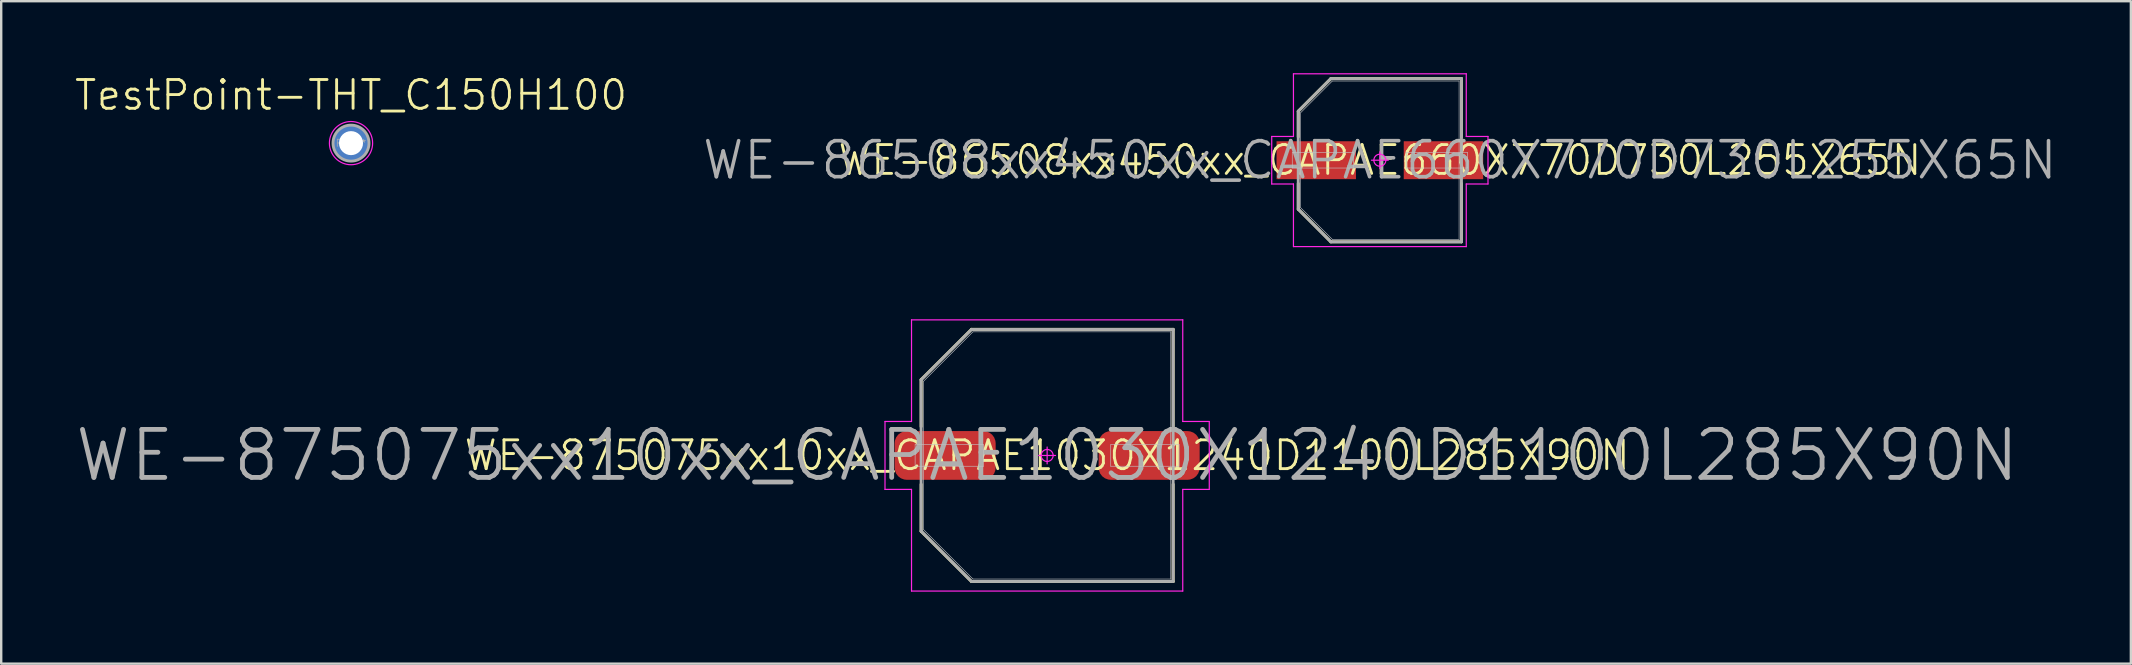
<source format=kicad_pcb>
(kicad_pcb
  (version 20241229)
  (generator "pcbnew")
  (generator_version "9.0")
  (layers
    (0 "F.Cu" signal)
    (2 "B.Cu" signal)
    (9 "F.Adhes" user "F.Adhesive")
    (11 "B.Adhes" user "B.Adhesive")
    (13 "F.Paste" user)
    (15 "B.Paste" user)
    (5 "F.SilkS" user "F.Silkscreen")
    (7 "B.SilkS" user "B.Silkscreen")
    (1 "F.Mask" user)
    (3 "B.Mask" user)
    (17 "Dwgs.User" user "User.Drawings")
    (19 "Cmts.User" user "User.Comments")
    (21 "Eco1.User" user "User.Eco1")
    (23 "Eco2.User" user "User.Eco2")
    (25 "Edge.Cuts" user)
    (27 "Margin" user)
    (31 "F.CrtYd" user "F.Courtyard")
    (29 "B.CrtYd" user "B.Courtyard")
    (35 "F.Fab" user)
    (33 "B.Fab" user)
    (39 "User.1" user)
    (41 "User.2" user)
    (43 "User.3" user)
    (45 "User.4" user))
  (footprint "WE-875075xx10xx_CAPAE1030X1240D1100L285X90N"
    (layer "F.Cu")
    (at 40.576 15.925)
    (property "Reference" "WE-875075xx10xx_CAPAE1030X1240D1100L285X90N" (at 0 0 0) (layer "F.SilkS") (effects (font (size 1.2 1.2) (thickness 0.12))))
    (attr smd)
    (fp_line (start -5.25 -3.16) (end -5.25 -1.2) (stroke (width 0.12) (type solid)) (layer "F.SilkS"))
    (fp_line (start -5.25 3.16) (end -5.25 1.2) (stroke (width 0.12) (type solid)) (layer "F.SilkS"))
    (fp_line (start -3.15 -5.255) (end -5.25 -3.16) (stroke (width 0.12) (type solid)) (layer "F.SilkS"))
    (fp_line (start -3.15 5.255) (end -5.25 3.16) (stroke (width 0.12) (type solid)) (layer "F.SilkS"))
    (fp_line (start 5.25 -5.255) (end -3.15 -5.255) (stroke (width 0.12) (type solid)) (layer "F.SilkS"))
    (fp_line (start 5.25 -1.2) (end 5.25 -5.255) (stroke (width 0.12) (type solid)) (layer "F.SilkS"))
    (fp_line (start 5.25 1.2) (end 5.25 5.255) (stroke (width 0.12) (type solid)) (layer "F.SilkS"))
    (fp_line (start 5.25 5.255) (end -3.15 5.255) (stroke (width 0.12) (type solid)) (layer "F.SilkS"))
    (fp_line (start -5.5 -0.45) (end -2.65 -0.45) (stroke (width 0.025) (type solid)) (layer "Dwgs.User"))
    (fp_line (start -5.5 0.45) (end -5.5 -0.45) (stroke (width 0.025) (type solid)) (layer "Dwgs.User"))
    (fp_line (start -5.15 -3.09) (end -3.09 -5.15) (stroke (width 0.025) (type solid)) (layer "Dwgs.User"))
    (fp_line (start -5.15 3.09) (end -5.15 -3.09) (stroke (width 0.025) (type solid)) (layer "Dwgs.User"))
    (fp_line (start -3.09 -5.15) (end 5.15 -5.15) (stroke (width 0.025) (type solid)) (layer "Dwgs.User"))
    (fp_line (start -3.09 5.15) (end -5.15 3.09) (stroke (width 0.025) (type solid)) (layer "Dwgs.User"))
    (fp_line (start -2.65 -0.45) (end -2.65 0.45) (stroke (width 0.025) (type solid)) (layer "Dwgs.User"))
    (fp_line (start -2.65 0.45) (end -5.5 0.45) (stroke (width 0.025) (type solid)) (layer "Dwgs.User"))
    (fp_line (start 2.65 -0.45) (end 5.5 -0.45) (stroke (width 0.025) (type solid)) (layer "Dwgs.User"))
    (fp_line (start 2.65 0.45) (end 2.65 -0.45) (stroke (width 0.025) (type solid)) (layer "Dwgs.User"))
    (fp_line (start 5.15 -5.15) (end 5.15 5.15) (stroke (width 0.025) (type solid)) (layer "Dwgs.User"))
    (fp_line (start 5.15 5.15) (end -3.09 5.15) (stroke (width 0.025) (type solid)) (layer "Dwgs.User"))
    (fp_line (start 5.5 -0.45) (end 5.5 0.45) (stroke (width 0.025) (type solid)) (layer "Dwgs.User"))
    (fp_line (start 5.5 0.45) (end 2.65 0.45) (stroke (width 0.025) (type solid)) (layer "Dwgs.User"))
    (fp_line (start -6.755 -1.415) (end -6.755 1.415) (stroke (width 0.05) (type solid)) (layer "F.CrtYd"))
    (fp_line (start -6.755 1.415) (end -5.65 1.415) (stroke (width 0.05) (type solid)) (layer "F.CrtYd"))
    (fp_line (start -5.65 -5.65) (end -5.65 -1.415) (stroke (width 0.05) (type solid)) (layer "F.CrtYd"))
    (fp_line (start -5.65 -1.415) (end -6.755 -1.415) (stroke (width 0.05) (type solid)) (layer "F.CrtYd"))
    (fp_line (start -5.65 1.415) (end -5.65 5.65) (stroke (width 0.05) (type solid)) (layer "F.CrtYd"))
    (fp_line (start -5.65 5.65) (end 5.65 5.65) (stroke (width 0.05) (type solid)) (layer "F.CrtYd"))
    (fp_line (start 0 -0.35) (end 0 0.35) (stroke (width 0.05) (type solid)) (layer "F.CrtYd"))
    (fp_line (start 0.35 0) (end -0.35 0) (stroke (width 0.05) (type solid)) (layer "F.CrtYd"))
    (fp_line (start 5.65 -5.65) (end -5.65 -5.65) (stroke (width 0.05) (type solid)) (layer "F.CrtYd"))
    (fp_line (start 5.65 -1.415) (end 5.65 -5.65) (stroke (width 0.05) (type solid)) (layer "F.CrtYd"))
    (fp_line (start 5.65 1.415) (end 6.755 1.415) (stroke (width 0.05) (type solid)) (layer "F.CrtYd"))
    (fp_line (start 5.65 5.65) (end 5.65 1.415) (stroke (width 0.05) (type solid)) (layer "F.CrtYd"))
    (fp_line (start 6.755 -1.415) (end 5.65 -1.415) (stroke (width 0.05) (type solid)) (layer "F.CrtYd"))
    (fp_line (start 6.755 1.415) (end 6.755 -1.415) (stroke (width 0.05) (type solid)) (layer "F.CrtYd"))
    (fp_circle (center 0 0) (end 0 0.25) (stroke (width 0.05) (type solid)) (fill no) (layer "F.CrtYd"))
    (fp_line (start -5.25 -3.15) (end -3.15 -5.25) (stroke (width 0.12) (type solid)) (layer "F.Fab"))
    (fp_line (start -5.25 3.15) (end -5.25 -3.15) (stroke (width 0.12) (type solid)) (layer "F.Fab"))
    (fp_line (start -3.15 -5.25) (end 5.25 -5.25) (stroke (width 0.12) (type solid)) (layer "F.Fab"))
    (fp_line (start -3.15 5.25) (end -5.25 3.15) (stroke (width 0.12) (type solid)) (layer "F.Fab"))
    (fp_line (start 5.25 -5.25) (end 5.25 5.25) (stroke (width 0.12) (type solid)) (layer "F.Fab"))
    (fp_line (start 5.25 5.25) (end -3.15 5.25) (stroke (width 0.12) (type solid)) (layer "F.Fab"))
    (fp_text user "${REFERENCE}" (at 0 0 0) (layer "F.Fab") (effects (font (size 2 2) (thickness 0.2))))
    (pad "1" smd roundrect (at -4.25 0) (size 4.21 2.03) (layers "F.Cu" "F.Mask" "F.Paste") (roundrect_rratio 0.25))
    (pad "2" smd roundrect (at 4.25 0) (size 4.21 2.03) (layers "F.Cu" "F.Mask" "F.Paste") (roundrect_rratio 0.25)))
  (footprint "WE-86508xx450xx_CAPAE660X770D730L255X65N"
    (layer "F.Cu")
    (at 54.438 3.625)
    (property "Reference" "WE-86508xx450xx_CAPAE660X770D730L255X65N" (at 0 0 0) (layer "F.SilkS") (effects (font (size 1.2 1.2) (thickness 0.12))))
    (attr smd)
    (fp_line (start -3.4 -2.04) (end -3.4 -0.97) (stroke (width 0.12) (type solid)) (layer "F.SilkS"))
    (fp_line (start -3.4 2.04) (end -3.4 0.97) (stroke (width 0.12) (type solid)) (layer "F.SilkS"))
    (fp_line (start -2.04 -3.4) (end -3.4 -2.04) (stroke (width 0.12) (type solid)) (layer "F.SilkS"))
    (fp_line (start -2.04 3.4) (end -3.4 2.04) (stroke (width 0.12) (type solid)) (layer "F.SilkS"))
    (fp_line (start 3.4 -3.4) (end -2.04 -3.4) (stroke (width 0.12) (type solid)) (layer "F.SilkS"))
    (fp_line (start 3.4 -0.97) (end 3.4 -3.4) (stroke (width 0.12) (type solid)) (layer "F.SilkS"))
    (fp_line (start 3.4 0.97) (end 3.4 3.4) (stroke (width 0.12) (type solid)) (layer "F.SilkS"))
    (fp_line (start 3.4 3.4) (end -2.04 3.4) (stroke (width 0.12) (type solid)) (layer "F.SilkS"))
    (fp_line (start -3.65 -0.325) (end -1.1 -0.325) (stroke (width 0.025) (type solid)) (layer "Dwgs.User"))
    (fp_line (start -3.65 0.325) (end -3.65 -0.325) (stroke (width 0.025) (type solid)) (layer "Dwgs.User"))
    (fp_line (start -3.3 -1.98) (end -1.98 -3.3) (stroke (width 0.025) (type solid)) (layer "Dwgs.User"))
    (fp_line (start -3.3 1.98) (end -3.3 -1.98) (stroke (width 0.025) (type solid)) (layer "Dwgs.User"))
    (fp_line (start -1.98 -3.3) (end 3.3 -3.3) (stroke (width 0.025) (type solid)) (layer "Dwgs.User"))
    (fp_line (start -1.98 3.3) (end -3.3 1.98) (stroke (width 0.025) (type solid)) (layer "Dwgs.User"))
    (fp_line (start -1.1 -0.325) (end -1.1 0.325) (stroke (width 0.025) (type solid)) (layer "Dwgs.User"))
    (fp_line (start -1.1 0.325) (end -3.65 0.325) (stroke (width 0.025) (type solid)) (layer "Dwgs.User"))
    (fp_line (start 1.1 -0.325) (end 3.65 -0.325) (stroke (width 0.025) (type solid)) (layer "Dwgs.User"))
    (fp_line (start 1.1 0.325) (end 1.1 -0.325) (stroke (width 0.025) (type solid)) (layer "Dwgs.User"))
    (fp_line (start 3.3 -3.3) (end 3.3 3.3) (stroke (width 0.025) (type solid)) (layer "Dwgs.User"))
    (fp_line (start 3.3 3.3) (end -1.98 3.3) (stroke (width 0.025) (type solid)) (layer "Dwgs.User"))
    (fp_line (start 3.65 -0.325) (end 3.65 0.325) (stroke (width 0.025) (type solid)) (layer "Dwgs.User"))
    (fp_line (start 3.65 0.325) (end 1.1 0.325) (stroke (width 0.025) (type solid)) (layer "Dwgs.User"))
    (fp_line (start -4.505 -0.99) (end -4.505 0.99) (stroke (width 0.05) (type solid)) (layer "F.CrtYd"))
    (fp_line (start -4.505 0.99) (end -3.6 0.99) (stroke (width 0.05) (type solid)) (layer "F.CrtYd"))
    (fp_line (start -3.6 -3.6) (end -3.6 -0.99) (stroke (width 0.05) (type solid)) (layer "F.CrtYd"))
    (fp_line (start -3.6 -0.99) (end -4.505 -0.99) (stroke (width 0.05) (type solid)) (layer "F.CrtYd"))
    (fp_line (start -3.6 0.99) (end -3.6 3.6) (stroke (width 0.05) (type solid)) (layer "F.CrtYd"))
    (fp_line (start -3.6 3.6) (end 3.6 3.6) (stroke (width 0.05) (type solid)) (layer "F.CrtYd"))
    (fp_line (start 0 -0.35) (end 0 0.35) (stroke (width 0.05) (type solid)) (layer "F.CrtYd"))
    (fp_line (start 0.35 0) (end -0.35 0) (stroke (width 0.05) (type solid)) (layer "F.CrtYd"))
    (fp_line (start 3.6 -3.6) (end -3.6 -3.6) (stroke (width 0.05) (type solid)) (layer "F.CrtYd"))
    (fp_line (start 3.6 -0.99) (end 3.6 -3.6) (stroke (width 0.05) (type solid)) (layer "F.CrtYd"))
    (fp_line (start 3.6 0.99) (end 4.505 0.99) (stroke (width 0.05) (type solid)) (layer "F.CrtYd"))
    (fp_line (start 3.6 3.6) (end 3.6 0.99) (stroke (width 0.05) (type solid)) (layer "F.CrtYd"))
    (fp_line (start 4.505 -0.99) (end 3.6 -0.99) (stroke (width 0.05) (type solid)) (layer "F.CrtYd"))
    (fp_line (start 4.505 0.99) (end 4.505 -0.99) (stroke (width 0.05) (type solid)) (layer "F.CrtYd"))
    (fp_circle (center 0 0) (end 0 0.25) (stroke (width 0.05) (type solid)) (fill no) (layer "F.CrtYd"))
    (fp_line (start -3.4 -2.04) (end -2.04 -3.4) (stroke (width 0.12) (type solid)) (layer "F.Fab"))
    (fp_line (start -3.4 2.04) (end -3.4 -2.04) (stroke (width 0.12) (type solid)) (layer "F.Fab"))
    (fp_line (start -2.04 -3.4) (end 3.4 -3.4) (stroke (width 0.12) (type solid)) (layer "F.Fab"))
    (fp_line (start -2.04 3.4) (end -3.4 2.04) (stroke (width 0.12) (type solid)) (layer "F.Fab"))
    (fp_line (start 3.4 -3.4) (end 3.4 3.4) (stroke (width 0.12) (type solid)) (layer "F.Fab"))
    (fp_line (start 3.4 3.4) (end -2.04 3.4) (stroke (width 0.12) (type solid)) (layer "F.Fab"))
    (fp_text user "${REFERENCE}" (at 0 0 0) (layer "F.Fab") (effects (font (size 1.5 1.5) (thickness 0.15))))
    (pad "1" smd rect (at -2.65 0) (size 3.31 1.58) (layers "F.Cu" "F.Mask" "F.Paste"))
    (pad "2" smd rect (at 2.65 0) (size 3.31 1.58) (layers "F.Cu" "F.Mask" "F.Paste")))
  (footprint "TestPoint-THT_C150H100"
    (layer "F.Cu")
    (at 11.574 2.913)
    (property "Reference" "TestPoint-THT_C150H100" (at 0 -2 0) (layer "F.SilkS") (effects (font (size 1.2 1.2) (thickness 0.12))))
    (attr through_hole)
    (fp_line (start -0.3 0) (end 0.3 0) (stroke (width 0.05) (type solid)) (layer "F.CrtYd"))
    (fp_line (start 0 0.3) (end 0 -0.3) (stroke (width 0.05) (type solid)) (layer "F.CrtYd"))
    (fp_circle (center 0 0) (end 0.224 0) (stroke (width 0.05) (type solid)) (fill no) (layer "F.CrtYd"))
    (fp_circle (center 0 0) (end 0.9 0) (stroke (width 0.05) (type solid)) (fill no) (layer "F.CrtYd"))
    (fp_circle (center 0 0) (end 0.75 0) (stroke (width 0.12) (type solid)) (fill no) (layer "F.Fab"))
    (fp_text user "REF**" (at 0 0 0) (layer "F.Fab") (effects (font (size 0.3 0.3) (thickness 0.03))))
    (pad "1" thru_hole circle (at 0 0) (size 1.5 1.5) (drill 1) (layers "*.Cu" "*.Mask")))
  (gr_rect
    (start -3 -3)
    (end 85.727 24.6)
    (stroke (width 0.1) (type default))
    (fill no)
    (layer "Edge.Cuts")))
</source>
